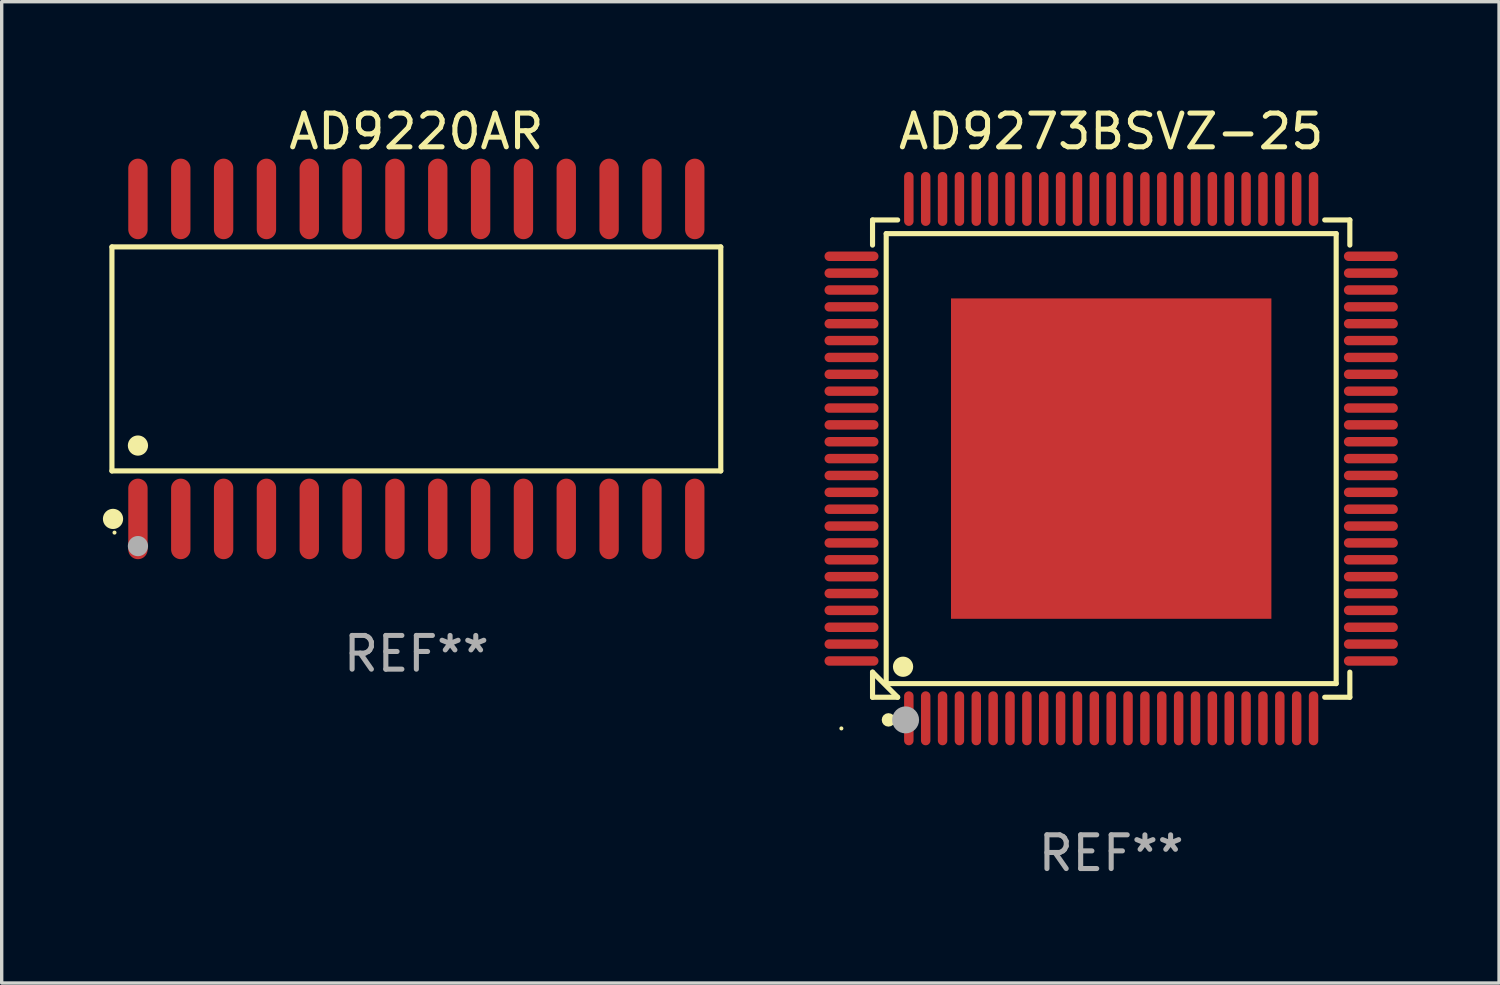
<source format=kicad_pcb>
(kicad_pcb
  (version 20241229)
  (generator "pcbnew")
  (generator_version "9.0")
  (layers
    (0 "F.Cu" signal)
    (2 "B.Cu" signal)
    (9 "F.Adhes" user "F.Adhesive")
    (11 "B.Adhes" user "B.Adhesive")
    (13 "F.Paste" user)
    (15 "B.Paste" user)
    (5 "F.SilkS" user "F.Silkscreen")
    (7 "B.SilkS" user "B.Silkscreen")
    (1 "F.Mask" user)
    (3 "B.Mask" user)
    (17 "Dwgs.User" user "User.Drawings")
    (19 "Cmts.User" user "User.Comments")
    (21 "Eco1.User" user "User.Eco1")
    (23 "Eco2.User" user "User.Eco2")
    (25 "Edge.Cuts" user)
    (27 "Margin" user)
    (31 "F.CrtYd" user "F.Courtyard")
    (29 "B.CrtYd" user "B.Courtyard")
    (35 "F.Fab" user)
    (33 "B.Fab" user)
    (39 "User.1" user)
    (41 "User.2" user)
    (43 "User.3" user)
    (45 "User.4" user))
  (footprint "AD9220AR"
    (layer "F.Cu")
    (at 9.295 7.592)
    (property "Reference" "AD9220AR" (at 0 -6.744 0) (layer "F.SilkS") (effects (font (size 1 1) (thickness 0.15))))
    (attr through_hole)
    (fp_line (start -9.026 -3.321) (end 9.026 -3.321) (stroke (width 0.152) (type solid)) (layer "F.SilkS"))
    (fp_line (start -9.026 3.321) (end -9.026 -3.321) (stroke (width 0.152) (type solid)) (layer "F.SilkS"))
    (fp_line (start 9.026 -3.321) (end 9.026 3.321) (stroke (width 0.152) (type solid)) (layer "F.SilkS"))
    (fp_line (start 9.026 3.321) (end -9.026 3.321) (stroke (width 0.152) (type solid)) (layer "F.SilkS"))
    (fp_circle (center -8.994 4.744) (end -8.844 4.744) (stroke (width 0.3) (type solid)) (fill no) (layer "F.SilkS"))
    (fp_circle (center -8.95 5.15) (end -8.92 5.15) (stroke (width 0.06) (type solid)) (fill no) (layer "F.SilkS"))
    (fp_circle (center -8.255 2.569) (end -8.105 2.569) (stroke (width 0.3) (type solid)) (fill no) (layer "F.SilkS"))
    (fp_circle (center -8.255 5.55) (end -8.105 5.55) (stroke (width 0.3) (type solid)) (fill no) (layer "F.Fab"))
    (fp_text user "REF**" (at 0 8.744 0) (layer "F.Fab") (effects (font (size 1 1) (thickness 0.15))))
    (pad "1" smd oval (at -8.255 4.744) (size 0.574 2.388) (layers "F.Cu" "F.Mask" "F.Paste"))
    (pad "2" smd oval (at -6.985 4.744) (size 0.574 2.388) (layers "F.Cu" "F.Mask" "F.Paste"))
    (pad "3" smd oval (at -5.715 4.744) (size 0.574 2.388) (layers "F.Cu" "F.Mask" "F.Paste"))
    (pad "4" smd oval (at -4.445 4.744) (size 0.574 2.388) (layers "F.Cu" "F.Mask" "F.Paste"))
    (pad "5" smd oval (at -3.175 4.744) (size 0.574 2.388) (layers "F.Cu" "F.Mask" "F.Paste"))
    (pad "6" smd oval (at -1.905 4.744) (size 0.574 2.388) (layers "F.Cu" "F.Mask" "F.Paste"))
    (pad "7" smd oval (at -0.635 4.744) (size 0.574 2.388) (layers "F.Cu" "F.Mask" "F.Paste"))
    (pad "8" smd oval (at 0.635 4.744) (size 0.574 2.388) (layers "F.Cu" "F.Mask" "F.Paste"))
    (pad "9" smd oval (at 1.905 4.744) (size 0.574 2.388) (layers "F.Cu" "F.Mask" "F.Paste"))
    (pad "10" smd oval (at 3.175 4.744) (size 0.574 2.388) (layers "F.Cu" "F.Mask" "F.Paste"))
    (pad "11" smd oval (at 4.445 4.744) (size 0.574 2.388) (layers "F.Cu" "F.Mask" "F.Paste"))
    (pad "12" smd oval (at 5.715 4.744) (size 0.574 2.388) (layers "F.Cu" "F.Mask" "F.Paste"))
    (pad "13" smd oval (at 6.985 4.744) (size 0.574 2.388) (layers "F.Cu" "F.Mask" "F.Paste"))
    (pad "14" smd oval (at 8.255 4.744) (size 0.574 2.388) (layers "F.Cu" "F.Mask" "F.Paste"))
    (pad "15" smd oval (at 8.255 -4.744) (size 0.574 2.388) (layers "F.Cu" "F.Mask" "F.Paste"))
    (pad "16" smd oval (at 6.985 -4.744) (size 0.574 2.388) (layers "F.Cu" "F.Mask" "F.Paste"))
    (pad "17" smd oval (at 5.715 -4.744) (size 0.574 2.388) (layers "F.Cu" "F.Mask" "F.Paste"))
    (pad "18" smd oval (at 4.445 -4.744) (size 0.574 2.388) (layers "F.Cu" "F.Mask" "F.Paste"))
    (pad "19" smd oval (at 3.175 -4.744) (size 0.574 2.388) (layers "F.Cu" "F.Mask" "F.Paste"))
    (pad "20" smd oval (at 1.905 -4.744) (size 0.574 2.388) (layers "F.Cu" "F.Mask" "F.Paste"))
    (pad "21" smd oval (at 0.635 -4.744) (size 0.574 2.388) (layers "F.Cu" "F.Mask" "F.Paste"))
    (pad "22" smd oval (at -0.635 -4.744) (size 0.574 2.388) (layers "F.Cu" "F.Mask" "F.Paste"))
    (pad "23" smd oval (at -1.905 -4.744) (size 0.574 2.388) (layers "F.Cu" "F.Mask" "F.Paste"))
    (pad "24" smd oval (at -3.175 -4.744) (size 0.574 2.388) (layers "F.Cu" "F.Mask" "F.Paste"))
    (pad "25" smd oval (at -4.445 -4.744) (size 0.574 2.388) (layers "F.Cu" "F.Mask" "F.Paste"))
    (pad "26" smd oval (at -5.715 -4.744) (size 0.574 2.388) (layers "F.Cu" "F.Mask" "F.Paste"))
    (pad "27" smd oval (at -6.985 -4.744) (size 0.574 2.388) (layers "F.Cu" "F.Mask" "F.Paste"))
    (pad "28" smd oval (at -8.255 -4.744) (size 0.574 2.388) (layers "F.Cu" "F.Mask" "F.Paste")))
  (footprint "AD9273BSVZ-25"
    (layer "F.Cu")
    (at 29.897 10.548)
    (property "Reference" "AD9273BSVZ-25" (at 0 -9.7 0) (layer "F.SilkS") (effects (font (size 1 1) (thickness 0.15))))
    (attr through_hole)
    (fp_line (start -7.076 -7.076) (end -6.331 -7.076) (stroke (width 0.152) (type solid)) (layer "F.SilkS"))
    (fp_line (start -7.076 -6.331) (end -7.076 -7.076) (stroke (width 0.152) (type solid)) (layer "F.SilkS"))
    (fp_line (start -7.076 6.331) (end -7.076 7.076) (stroke (width 0.152) (type solid)) (layer "F.SilkS"))
    (fp_line (start -7.076 7.076) (end -6.331 7.076) (stroke (width 0.152) (type solid)) (layer "F.SilkS"))
    (fp_line (start -6.671 -6.671) (end 6.671 -6.671) (stroke (width 0.152) (type solid)) (layer "F.SilkS"))
    (fp_line (start -6.671 6.671) (end -6.671 -6.671) (stroke (width 0.152) (type solid)) (layer "F.SilkS"))
    (fp_line (start -6.331 7.076) (end -7.076 6.331) (stroke (width 0.152) (type solid)) (layer "F.SilkS"))
    (fp_line (start 6.671 -6.671) (end 6.671 6.671) (stroke (width 0.152) (type solid)) (layer "F.SilkS"))
    (fp_line (start 6.671 6.671) (end -6.671 6.671) (stroke (width 0.152) (type solid)) (layer "F.SilkS"))
    (fp_line (start 7.076 -7.076) (end 6.331 -7.076) (stroke (width 0.152) (type solid)) (layer "F.SilkS"))
    (fp_line (start 7.076 -6.331) (end 7.076 -7.076) (stroke (width 0.152) (type solid)) (layer "F.SilkS"))
    (fp_line (start 7.076 6.331) (end 7.076 7.076) (stroke (width 0.152) (type solid)) (layer "F.SilkS"))
    (fp_line (start 7.076 7.076) (end 6.331 7.076) (stroke (width 0.152) (type solid)) (layer "F.SilkS"))
    (fp_circle (center -8 8) (end -7.97 8) (stroke (width 0.06) (type solid)) (fill no) (layer "F.SilkS"))
    (fp_circle (center -6.604 7.747) (end -6.504 7.747) (stroke (width 0.2) (type solid)) (fill no) (layer "F.SilkS"))
    (fp_circle (center -6.171 6.171) (end -6.021 6.171) (stroke (width 0.3) (type solid)) (fill no) (layer "F.SilkS"))
    (fp_circle (center -6.096 7.747) (end -5.896 7.747) (stroke (width 0.4) (type solid)) (fill no) (layer "F.Fab"))
    (fp_text user "REF**" (at 0 11.7 0) (layer "F.Fab") (effects (font (size 1 1) (thickness 0.15))))
    (pad "1" smd oval (at -6 7.7) (size 0.28 1.6) (layers "F.Cu" "F.Mask" "F.Paste"))
    (pad "2" smd oval (at -5.5 7.7) (size 0.28 1.6) (layers "F.Cu" "F.Mask" "F.Paste"))
    (pad "3" smd oval (at -5 7.7) (size 0.28 1.6) (layers "F.Cu" "F.Mask" "F.Paste"))
    (pad "4" smd oval (at -4.5 7.7) (size 0.28 1.6) (layers "F.Cu" "F.Mask" "F.Paste"))
    (pad "5" smd oval (at -4 7.7) (size 0.28 1.6) (layers "F.Cu" "F.Mask" "F.Paste"))
    (pad "6" smd oval (at -3.5 7.7) (size 0.28 1.6) (layers "F.Cu" "F.Mask" "F.Paste"))
    (pad "7" smd oval (at -3 7.7) (size 0.28 1.6) (layers "F.Cu" "F.Mask" "F.Paste"))
    (pad "8" smd oval (at -2.5 7.7) (size 0.28 1.6) (layers "F.Cu" "F.Mask" "F.Paste"))
    (pad "9" smd oval (at -2 7.7) (size 0.28 1.6) (layers "F.Cu" "F.Mask" "F.Paste"))
    (pad "10" smd oval (at -1.5 7.7) (size 0.28 1.6) (layers "F.Cu" "F.Mask" "F.Paste"))
    (pad "11" smd oval (at -1 7.7) (size 0.28 1.6) (layers "F.Cu" "F.Mask" "F.Paste"))
    (pad "12" smd oval (at -0.5 7.7) (size 0.28 1.6) (layers "F.Cu" "F.Mask" "F.Paste"))
    (pad "13" smd oval (at 0 7.7) (size 0.28 1.6) (layers "F.Cu" "F.Mask" "F.Paste"))
    (pad "14" smd oval (at 0.5 7.7) (size 0.28 1.6) (layers "F.Cu" "F.Mask" "F.Paste"))
    (pad "15" smd oval (at 1 7.7) (size 0.28 1.6) (layers "F.Cu" "F.Mask" "F.Paste"))
    (pad "16" smd oval (at 1.5 7.7) (size 0.28 1.6) (layers "F.Cu" "F.Mask" "F.Paste"))
    (pad "17" smd oval (at 2 7.7) (size 0.28 1.6) (layers "F.Cu" "F.Mask" "F.Paste"))
    (pad "18" smd oval (at 2.5 7.7) (size 0.28 1.6) (layers "F.Cu" "F.Mask" "F.Paste"))
    (pad "19" smd oval (at 3 7.7) (size 0.28 1.6) (layers "F.Cu" "F.Mask" "F.Paste"))
    (pad "20" smd oval (at 3.5 7.7) (size 0.28 1.6) (layers "F.Cu" "F.Mask" "F.Paste"))
    (pad "21" smd oval (at 4 7.7) (size 0.28 1.6) (layers "F.Cu" "F.Mask" "F.Paste"))
    (pad "22" smd oval (at 4.5 7.7) (size 0.28 1.6) (layers "F.Cu" "F.Mask" "F.Paste"))
    (pad "23" smd oval (at 5 7.7) (size 0.28 1.6) (layers "F.Cu" "F.Mask" "F.Paste"))
    (pad "24" smd oval (at 5.5 7.7) (size 0.28 1.6) (layers "F.Cu" "F.Mask" "F.Paste"))
    (pad "25" smd oval (at 6 7.7) (size 0.28 1.6) (layers "F.Cu" "F.Mask" "F.Paste"))
    (pad "26" smd oval (at 7.7 6) (size 1.6 0.28) (layers "F.Cu" "F.Mask" "F.Paste"))
    (pad "27" smd oval (at 7.7 5.5) (size 1.6 0.28) (layers "F.Cu" "F.Mask" "F.Paste"))
    (pad "28" smd oval (at 7.7 5) (size 1.6 0.28) (layers "F.Cu" "F.Mask" "F.Paste"))
    (pad "29" smd oval (at 7.7 4.5) (size 1.6 0.28) (layers "F.Cu" "F.Mask" "F.Paste"))
    (pad "30" smd oval (at 7.7 4) (size 1.6 0.28) (layers "F.Cu" "F.Mask" "F.Paste"))
    (pad "31" smd oval (at 7.7 3.5) (size 1.6 0.28) (layers "F.Cu" "F.Mask" "F.Paste"))
    (pad "32" smd oval (at 7.7 3) (size 1.6 0.28) (layers "F.Cu" "F.Mask" "F.Paste"))
    (pad "33" smd oval (at 7.7 2.5) (size 1.6 0.28) (layers "F.Cu" "F.Mask" "F.Paste"))
    (pad "34" smd oval (at 7.7 2) (size 1.6 0.28) (layers "F.Cu" "F.Mask" "F.Paste"))
    (pad "35" smd oval (at 7.7 1.5) (size 1.6 0.28) (layers "F.Cu" "F.Mask" "F.Paste"))
    (pad "36" smd oval (at 7.7 1) (size 1.6 0.28) (layers "F.Cu" "F.Mask" "F.Paste"))
    (pad "37" smd oval (at 7.7 0.5) (size 1.6 0.28) (layers "F.Cu" "F.Mask" "F.Paste"))
    (pad "38" smd oval (at 7.7 0) (size 1.6 0.28) (layers "F.Cu" "F.Mask" "F.Paste"))
    (pad "39" smd oval (at 7.7 -0.5) (size 1.6 0.28) (layers "F.Cu" "F.Mask" "F.Paste"))
    (pad "40" smd oval (at 7.7 -1) (size 1.6 0.28) (layers "F.Cu" "F.Mask" "F.Paste"))
    (pad "41" smd oval (at 7.7 -1.5) (size 1.6 0.28) (layers "F.Cu" "F.Mask" "F.Paste"))
    (pad "42" smd oval (at 7.7 -2) (size 1.6 0.28) (layers "F.Cu" "F.Mask" "F.Paste"))
    (pad "43" smd oval (at 7.7 -2.5) (size 1.6 0.28) (layers "F.Cu" "F.Mask" "F.Paste"))
    (pad "44" smd oval (at 7.7 -3) (size 1.6 0.28) (layers "F.Cu" "F.Mask" "F.Paste"))
    (pad "45" smd oval (at 7.7 -3.5) (size 1.6 0.28) (layers "F.Cu" "F.Mask" "F.Paste"))
    (pad "46" smd oval (at 7.7 -4) (size 1.6 0.28) (layers "F.Cu" "F.Mask" "F.Paste"))
    (pad "47" smd oval (at 7.7 -4.5) (size 1.6 0.28) (layers "F.Cu" "F.Mask" "F.Paste"))
    (pad "48" smd oval (at 7.7 -5) (size 1.6 0.28) (layers "F.Cu" "F.Mask" "F.Paste"))
    (pad "49" smd oval (at 7.7 -5.5) (size 1.6 0.28) (layers "F.Cu" "F.Mask" "F.Paste"))
    (pad "50" smd oval (at 7.7 -6) (size 1.6 0.28) (layers "F.Cu" "F.Mask" "F.Paste"))
    (pad "51" smd oval (at 6 -7.7) (size 0.28 1.6) (layers "F.Cu" "F.Mask" "F.Paste"))
    (pad "52" smd oval (at 5.5 -7.7) (size 0.28 1.6) (layers "F.Cu" "F.Mask" "F.Paste"))
    (pad "53" smd oval (at 5 -7.7) (size 0.28 1.6) (layers "F.Cu" "F.Mask" "F.Paste"))
    (pad "54" smd oval (at 4.5 -7.7) (size 0.28 1.6) (layers "F.Cu" "F.Mask" "F.Paste"))
    (pad "55" smd oval (at 4 -7.7) (size 0.28 1.6) (layers "F.Cu" "F.Mask" "F.Paste"))
    (pad "56" smd oval (at 3.5 -7.7) (size 0.28 1.6) (layers "F.Cu" "F.Mask" "F.Paste"))
    (pad "57" smd oval (at 3 -7.7) (size 0.28 1.6) (layers "F.Cu" "F.Mask" "F.Paste"))
    (pad "58" smd oval (at 2.5 -7.7) (size 0.28 1.6) (layers "F.Cu" "F.Mask" "F.Paste"))
    (pad "59" smd oval (at 2 -7.7) (size 0.28 1.6) (layers "F.Cu" "F.Mask" "F.Paste"))
    (pad "60" smd oval (at 1.5 -7.7) (size 0.28 1.6) (layers "F.Cu" "F.Mask" "F.Paste"))
    (pad "61" smd oval (at 1 -7.7) (size 0.28 1.6) (layers "F.Cu" "F.Mask" "F.Paste"))
    (pad "62" smd oval (at 0.5 -7.7) (size 0.28 1.6) (layers "F.Cu" "F.Mask" "F.Paste"))
    (pad "63" smd oval (at 0 -7.7) (size 0.28 1.6) (layers "F.Cu" "F.Mask" "F.Paste"))
    (pad "64" smd oval (at -0.5 -7.7) (size 0.28 1.6) (layers "F.Cu" "F.Mask" "F.Paste"))
    (pad "65" smd oval (at -1 -7.7) (size 0.28 1.6) (layers "F.Cu" "F.Mask" "F.Paste"))
    (pad "66" smd oval (at -1.5 -7.7) (size 0.28 1.6) (layers "F.Cu" "F.Mask" "F.Paste"))
    (pad "67" smd oval (at -2 -7.7) (size 0.28 1.6) (layers "F.Cu" "F.Mask" "F.Paste"))
    (pad "68" smd oval (at -2.5 -7.7) (size 0.28 1.6) (layers "F.Cu" "F.Mask" "F.Paste"))
    (pad "69" smd oval (at -3 -7.7) (size 0.28 1.6) (layers "F.Cu" "F.Mask" "F.Paste"))
    (pad "70" smd oval (at -3.5 -7.7) (size 0.28 1.6) (layers "F.Cu" "F.Mask" "F.Paste"))
    (pad "71" smd oval (at -4 -7.7) (size 0.28 1.6) (layers "F.Cu" "F.Mask" "F.Paste"))
    (pad "72" smd oval (at -4.5 -7.7) (size 0.28 1.6) (layers "F.Cu" "F.Mask" "F.Paste"))
    (pad "73" smd oval (at -5 -7.7) (size 0.28 1.6) (layers "F.Cu" "F.Mask" "F.Paste"))
    (pad "74" smd oval (at -5.5 -7.7) (size 0.28 1.6) (layers "F.Cu" "F.Mask" "F.Paste"))
    (pad "75" smd oval (at -6 -7.7) (size 0.28 1.6) (layers "F.Cu" "F.Mask" "F.Paste"))
    (pad "76" smd oval (at -7.7 -6) (size 1.6 0.28) (layers "F.Cu" "F.Mask" "F.Paste"))
    (pad "77" smd oval (at -7.7 -5.5) (size 1.6 0.28) (layers "F.Cu" "F.Mask" "F.Paste"))
    (pad "78" smd oval (at -7.7 -5) (size 1.6 0.28) (layers "F.Cu" "F.Mask" "F.Paste"))
    (pad "79" smd oval (at -7.7 -4.5) (size 1.6 0.28) (layers "F.Cu" "F.Mask" "F.Paste"))
    (pad "80" smd oval (at -7.7 -4) (size 1.6 0.28) (layers "F.Cu" "F.Mask" "F.Paste"))
    (pad "81" smd oval (at -7.7 -3.5) (size 1.6 0.28) (layers "F.Cu" "F.Mask" "F.Paste"))
    (pad "82" smd oval (at -7.7 -3) (size 1.6 0.28) (layers "F.Cu" "F.Mask" "F.Paste"))
    (pad "83" smd oval (at -7.7 -2.5) (size 1.6 0.28) (layers "F.Cu" "F.Mask" "F.Paste"))
    (pad "84" smd oval (at -7.7 -2) (size 1.6 0.28) (layers "F.Cu" "F.Mask" "F.Paste"))
    (pad "85" smd oval (at -7.7 -1.5) (size 1.6 0.28) (layers "F.Cu" "F.Mask" "F.Paste"))
    (pad "86" smd oval (at -7.7 -1) (size 1.6 0.28) (layers "F.Cu" "F.Mask" "F.Paste"))
    (pad "87" smd oval (at -7.7 -0.5) (size 1.6 0.28) (layers "F.Cu" "F.Mask" "F.Paste"))
    (pad "88" smd oval (at -7.7 0) (size 1.6 0.28) (layers "F.Cu" "F.Mask" "F.Paste"))
    (pad "89" smd oval (at -7.7 0.5) (size 1.6 0.28) (layers "F.Cu" "F.Mask" "F.Paste"))
    (pad "90" smd oval (at -7.7 1) (size 1.6 0.28) (layers "F.Cu" "F.Mask" "F.Paste"))
    (pad "91" smd oval (at -7.7 1.5) (size 1.6 0.28) (layers "F.Cu" "F.Mask" "F.Paste"))
    (pad "92" smd oval (at -7.7 2) (size 1.6 0.28) (layers "F.Cu" "F.Mask" "F.Paste"))
    (pad "93" smd oval (at -7.7 2.5) (size 1.6 0.28) (layers "F.Cu" "F.Mask" "F.Paste"))
    (pad "94" smd oval (at -7.7 3) (size 1.6 0.28) (layers "F.Cu" "F.Mask" "F.Paste"))
    (pad "95" smd oval (at -7.7 3.5) (size 1.6 0.28) (layers "F.Cu" "F.Mask" "F.Paste"))
    (pad "96" smd oval (at -7.7 4) (size 1.6 0.28) (layers "F.Cu" "F.Mask" "F.Paste"))
    (pad "97" smd oval (at -7.7 4.5) (size 1.6 0.28) (layers "F.Cu" "F.Mask" "F.Paste"))
    (pad "98" smd oval (at -7.7 5) (size 1.6 0.28) (layers "F.Cu" "F.Mask" "F.Paste"))
    (pad "99" smd oval (at -7.7 5.5) (size 1.6 0.28) (layers "F.Cu" "F.Mask" "F.Paste"))
    (pad "100" smd oval (at -7.7 6) (size 1.6 0.28) (layers "F.Cu" "F.Mask" "F.Paste"))
    (pad "101" smd rect (at 0 0) (size 9.5 9.5) (layers "F.Cu" "F.Mask" "F.Paste")))
  (gr_rect
    (start -3 -3)
    (end 41.397 26.097)
    (stroke (width 0.1) (type default))
    (fill no)
    (layer "Edge.Cuts")))
</source>
